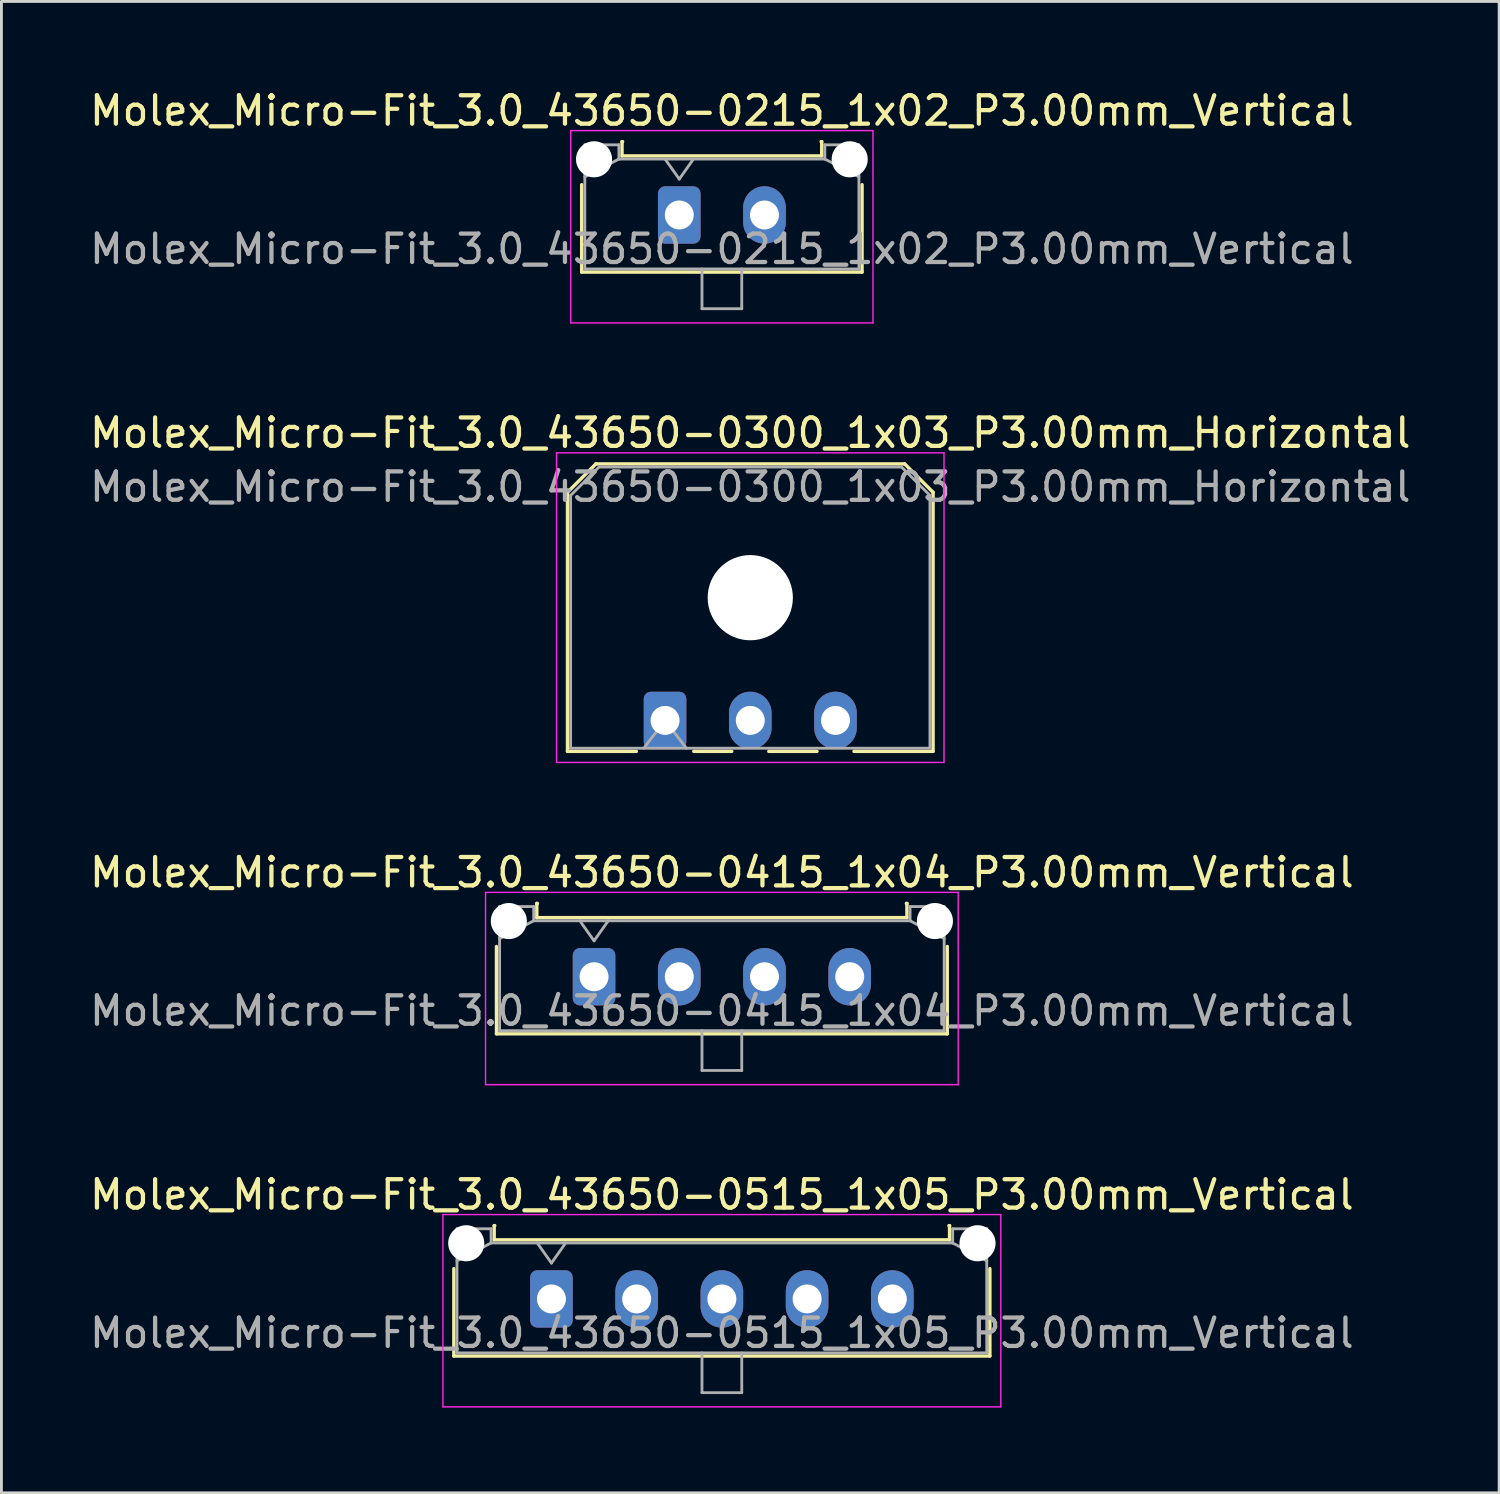
<source format=kicad_pcb>
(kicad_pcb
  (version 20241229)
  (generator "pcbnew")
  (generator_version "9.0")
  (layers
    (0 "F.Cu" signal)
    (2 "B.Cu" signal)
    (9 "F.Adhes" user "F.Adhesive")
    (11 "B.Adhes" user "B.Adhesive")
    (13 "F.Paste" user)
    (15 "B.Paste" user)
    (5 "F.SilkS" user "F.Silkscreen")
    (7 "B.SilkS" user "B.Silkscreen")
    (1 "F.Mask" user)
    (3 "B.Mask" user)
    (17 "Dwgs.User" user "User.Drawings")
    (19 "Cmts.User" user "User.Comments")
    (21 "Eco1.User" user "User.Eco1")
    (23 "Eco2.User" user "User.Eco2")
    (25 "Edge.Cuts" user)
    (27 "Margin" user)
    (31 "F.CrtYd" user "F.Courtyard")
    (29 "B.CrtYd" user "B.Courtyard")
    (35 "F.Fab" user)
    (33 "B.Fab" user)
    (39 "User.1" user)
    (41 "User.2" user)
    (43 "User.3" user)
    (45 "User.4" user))
  (footprint "Molex_Micro-Fit_3.0_43650-0415_1x04_P3.00mm_Vertical"
    (layer "F.Cu")
    (at 17.863 31.335)
    (property "Reference" "Molex_Micro-Fit_3.0_43650-0415_1x04_P3.00mm_Vertical" (at 4.5 -3.67 0) (layer "F.SilkS") (effects (font (size 1 1) (thickness 0.15))))
    (attr through_hole)
    (fp_line (start -3.435 -1.065) (end -3.435 2.01) (stroke (width 0.12) (type solid)) (layer "F.SilkS"))
    (fp_line (start -3.435 2.01) (end 12.435 2.01) (stroke (width 0.12) (type solid)) (layer "F.SilkS"))
    (fp_line (start -2.015 -2.58) (end -2.015 -2.08) (stroke (width 0.12) (type solid)) (layer "F.SilkS"))
    (fp_line (start -2.015 -2.08) (end 11.015 -2.08) (stroke (width 0.12) (type solid)) (layer "F.SilkS"))
    (fp_line (start -1.995 -2.58) (end -2.015 -2.58) (stroke (width 0.12) (type solid)) (layer "F.SilkS"))
    (fp_line (start 11.015 -2.58) (end 10.995 -2.58) (stroke (width 0.12) (type solid)) (layer "F.SilkS"))
    (fp_line (start 11.015 -2.08) (end 11.015 -2.58) (stroke (width 0.12) (type solid)) (layer "F.SilkS"))
    (fp_line (start 12.435 2.01) (end 12.435 -1.065) (stroke (width 0.12) (type solid)) (layer "F.SilkS"))
    (fp_line (start -3.82 -2.97) (end 12.82 -2.97) (stroke (width 0.05) (type solid)) (layer "F.CrtYd"))
    (fp_line (start -3.82 3.8) (end -3.82 -2.97) (stroke (width 0.05) (type solid)) (layer "F.CrtYd"))
    (fp_line (start 12.82 -2.97) (end 12.82 3.8) (stroke (width 0.05) (type solid)) (layer "F.CrtYd"))
    (fp_line (start 12.82 3.8) (end -3.82 3.8) (stroke (width 0.05) (type solid)) (layer "F.CrtYd"))
    (fp_line (start -3.325 -2.47) (end -3.325 1.9) (stroke (width 0.1) (type solid)) (layer "F.Fab"))
    (fp_line (start -3.325 -1.34) (end -2.125 -1.97) (stroke (width 0.1) (type solid)) (layer "F.Fab"))
    (fp_line (start -3.325 1.9) (end 12.325 1.9) (stroke (width 0.1) (type solid)) (layer "F.Fab"))
    (fp_line (start -2.125 -2.47) (end -3.325 -2.47) (stroke (width 0.1) (type solid)) (layer "F.Fab"))
    (fp_line (start -2.125 -1.97) (end -2.125 -2.47) (stroke (width 0.1) (type solid)) (layer "F.Fab"))
    (fp_line (start -0.5 -1.97) (end 0 -1.263) (stroke (width 0.1) (type solid)) (layer "F.Fab"))
    (fp_line (start 0 -1.263) (end 0.5 -1.97) (stroke (width 0.1) (type solid)) (layer "F.Fab"))
    (fp_line (start 3.8 1.9) (end 3.8 3.3) (stroke (width 0.1) (type solid)) (layer "F.Fab"))
    (fp_line (start 3.8 3.3) (end 5.2 3.3) (stroke (width 0.1) (type solid)) (layer "F.Fab"))
    (fp_line (start 5.2 3.3) (end 5.2 1.9) (stroke (width 0.1) (type solid)) (layer "F.Fab"))
    (fp_line (start 11.125 -2.47) (end 11.125 -1.97) (stroke (width 0.1) (type solid)) (layer "F.Fab"))
    (fp_line (start 11.125 -1.97) (end -2.125 -1.97) (stroke (width 0.1) (type solid)) (layer "F.Fab"))
    (fp_line (start 12.325 -2.47) (end 11.125 -2.47) (stroke (width 0.1) (type solid)) (layer "F.Fab"))
    (fp_line (start 12.325 -1.34) (end 11.125 -1.97) (stroke (width 0.1) (type solid)) (layer "F.Fab"))
    (fp_line (start 12.325 1.9) (end 12.325 -2.47) (stroke (width 0.1) (type solid)) (layer "F.Fab"))
    (fp_text user "${REFERENCE}" (at 4.5 1.2 0) (layer "F.Fab") (effects (font (size 1 1) (thickness 0.15))))
    (pad "" np_thru_hole circle (at -3 -1.96) (size 1.27 1.27) (drill 1.27) (layers "*.Cu" "*.Mask"))
    (pad "" np_thru_hole circle (at 12 -1.96) (size 1.27 1.27) (drill 1.27) (layers "*.Cu" "*.Mask"))
    (pad "1" thru_hole roundrect (at 0 0) (size 1.5 2.02) (drill 1.02) (layers "*.Cu" "*.Mask") (roundrect_rratio 0.167))
    (pad "2" thru_hole oval (at 3 0) (size 1.5 2.02) (drill 1.02) (layers "*.Cu" "*.Mask"))
    (pad "3" thru_hole oval (at 6 0) (size 1.5 2.02) (drill 1.02) (layers "*.Cu" "*.Mask"))
    (pad "4" thru_hole oval (at 9 0) (size 1.5 2.02) (drill 1.02) (layers "*.Cu" "*.Mask")))
  (footprint "Molex_Micro-Fit_3.0_43650-0515_1x05_P3.00mm_Vertical"
    (layer "F.Cu")
    (at 16.363 42.678)
    (property "Reference" "Molex_Micro-Fit_3.0_43650-0515_1x05_P3.00mm_Vertical" (at 6 -3.67 0) (layer "F.SilkS") (effects (font (size 1 1) (thickness 0.15))))
    (attr through_hole)
    (fp_line (start -3.435 -1.065) (end -3.435 2.01) (stroke (width 0.12) (type solid)) (layer "F.SilkS"))
    (fp_line (start -3.435 2.01) (end 15.435 2.01) (stroke (width 0.12) (type solid)) (layer "F.SilkS"))
    (fp_line (start -2.015 -2.58) (end -2.015 -2.08) (stroke (width 0.12) (type solid)) (layer "F.SilkS"))
    (fp_line (start -2.015 -2.08) (end 14.015 -2.08) (stroke (width 0.12) (type solid)) (layer "F.SilkS"))
    (fp_line (start -1.995 -2.58) (end -2.015 -2.58) (stroke (width 0.12) (type solid)) (layer "F.SilkS"))
    (fp_line (start 14.015 -2.58) (end 13.995 -2.58) (stroke (width 0.12) (type solid)) (layer "F.SilkS"))
    (fp_line (start 14.015 -2.08) (end 14.015 -2.58) (stroke (width 0.12) (type solid)) (layer "F.SilkS"))
    (fp_line (start 15.435 2.01) (end 15.435 -1.065) (stroke (width 0.12) (type solid)) (layer "F.SilkS"))
    (fp_line (start -3.82 -2.97) (end 15.82 -2.97) (stroke (width 0.05) (type solid)) (layer "F.CrtYd"))
    (fp_line (start -3.82 3.8) (end -3.82 -2.97) (stroke (width 0.05) (type solid)) (layer "F.CrtYd"))
    (fp_line (start 15.82 -2.97) (end 15.82 3.8) (stroke (width 0.05) (type solid)) (layer "F.CrtYd"))
    (fp_line (start 15.82 3.8) (end -3.82 3.8) (stroke (width 0.05) (type solid)) (layer "F.CrtYd"))
    (fp_line (start -3.325 -2.47) (end -3.325 1.9) (stroke (width 0.1) (type solid)) (layer "F.Fab"))
    (fp_line (start -3.325 -1.34) (end -2.125 -1.97) (stroke (width 0.1) (type solid)) (layer "F.Fab"))
    (fp_line (start -3.325 1.9) (end 15.325 1.9) (stroke (width 0.1) (type solid)) (layer "F.Fab"))
    (fp_line (start -2.125 -2.47) (end -3.325 -2.47) (stroke (width 0.1) (type solid)) (layer "F.Fab"))
    (fp_line (start -2.125 -1.97) (end -2.125 -2.47) (stroke (width 0.1) (type solid)) (layer "F.Fab"))
    (fp_line (start -0.5 -1.97) (end 0 -1.263) (stroke (width 0.1) (type solid)) (layer "F.Fab"))
    (fp_line (start 0 -1.263) (end 0.5 -1.97) (stroke (width 0.1) (type solid)) (layer "F.Fab"))
    (fp_line (start 5.3 1.9) (end 5.3 3.3) (stroke (width 0.1) (type solid)) (layer "F.Fab"))
    (fp_line (start 5.3 3.3) (end 6.7 3.3) (stroke (width 0.1) (type solid)) (layer "F.Fab"))
    (fp_line (start 6.7 3.3) (end 6.7 1.9) (stroke (width 0.1) (type solid)) (layer "F.Fab"))
    (fp_line (start 14.125 -2.47) (end 14.125 -1.97) (stroke (width 0.1) (type solid)) (layer "F.Fab"))
    (fp_line (start 14.125 -1.97) (end -2.125 -1.97) (stroke (width 0.1) (type solid)) (layer "F.Fab"))
    (fp_line (start 15.325 -2.47) (end 14.125 -2.47) (stroke (width 0.1) (type solid)) (layer "F.Fab"))
    (fp_line (start 15.325 -1.34) (end 14.125 -1.97) (stroke (width 0.1) (type solid)) (layer "F.Fab"))
    (fp_line (start 15.325 1.9) (end 15.325 -2.47) (stroke (width 0.1) (type solid)) (layer "F.Fab"))
    (fp_text user "${REFERENCE}" (at 6 1.2 0) (layer "F.Fab") (effects (font (size 1 1) (thickness 0.15))))
    (pad "" np_thru_hole circle (at -3 -1.96) (size 1.27 1.27) (drill 1.27) (layers "*.Cu" "*.Mask"))
    (pad "" np_thru_hole circle (at 15 -1.96) (size 1.27 1.27) (drill 1.27) (layers "*.Cu" "*.Mask"))
    (pad "1" thru_hole roundrect (at 0 0) (size 1.5 2.02) (drill 1.02) (layers "*.Cu" "*.Mask") (roundrect_rratio 0.167))
    (pad "2" thru_hole oval (at 3 0) (size 1.5 2.02) (drill 1.02) (layers "*.Cu" "*.Mask"))
    (pad "3" thru_hole oval (at 6 0) (size 1.5 2.02) (drill 1.02) (layers "*.Cu" "*.Mask"))
    (pad "4" thru_hole oval (at 9 0) (size 1.5 2.02) (drill 1.02) (layers "*.Cu" "*.Mask"))
    (pad "5" thru_hole oval (at 12 0) (size 1.5 2.02) (drill 1.02) (layers "*.Cu" "*.Mask")))
  (footprint "Molex_Micro-Fit_3.0_43650-0215_1x02_P3.00mm_Vertical"
    (layer "F.Cu")
    (at 20.863 4.518)
    (property "Reference" "Molex_Micro-Fit_3.0_43650-0215_1x02_P3.00mm_Vertical" (at 1.5 -3.67 0) (layer "F.SilkS") (effects (font (size 1 1) (thickness 0.15))))
    (attr through_hole)
    (fp_line (start -3.435 -1.065) (end -3.435 2.01) (stroke (width 0.12) (type solid)) (layer "F.SilkS"))
    (fp_line (start -3.435 2.01) (end 6.435 2.01) (stroke (width 0.12) (type solid)) (layer "F.SilkS"))
    (fp_line (start -2.015 -2.58) (end -2.015 -2.08) (stroke (width 0.12) (type solid)) (layer "F.SilkS"))
    (fp_line (start -2.015 -2.08) (end 5.015 -2.08) (stroke (width 0.12) (type solid)) (layer "F.SilkS"))
    (fp_line (start -1.995 -2.58) (end -2.015 -2.58) (stroke (width 0.12) (type solid)) (layer "F.SilkS"))
    (fp_line (start 5.015 -2.58) (end 4.995 -2.58) (stroke (width 0.12) (type solid)) (layer "F.SilkS"))
    (fp_line (start 5.015 -2.08) (end 5.015 -2.58) (stroke (width 0.12) (type solid)) (layer "F.SilkS"))
    (fp_line (start 6.435 2.01) (end 6.435 -1.065) (stroke (width 0.12) (type solid)) (layer "F.SilkS"))
    (fp_line (start -3.82 -2.97) (end 6.82 -2.97) (stroke (width 0.05) (type solid)) (layer "F.CrtYd"))
    (fp_line (start -3.82 3.8) (end -3.82 -2.97) (stroke (width 0.05) (type solid)) (layer "F.CrtYd"))
    (fp_line (start 6.82 -2.97) (end 6.82 3.8) (stroke (width 0.05) (type solid)) (layer "F.CrtYd"))
    (fp_line (start 6.82 3.8) (end -3.82 3.8) (stroke (width 0.05) (type solid)) (layer "F.CrtYd"))
    (fp_line (start -3.325 -2.47) (end -3.325 1.9) (stroke (width 0.1) (type solid)) (layer "F.Fab"))
    (fp_line (start -3.325 -1.34) (end -2.125 -1.97) (stroke (width 0.1) (type solid)) (layer "F.Fab"))
    (fp_line (start -3.325 1.9) (end 6.325 1.9) (stroke (width 0.1) (type solid)) (layer "F.Fab"))
    (fp_line (start -2.125 -2.47) (end -3.325 -2.47) (stroke (width 0.1) (type solid)) (layer "F.Fab"))
    (fp_line (start -2.125 -1.97) (end -2.125 -2.47) (stroke (width 0.1) (type solid)) (layer "F.Fab"))
    (fp_line (start -0.5 -1.97) (end 0 -1.263) (stroke (width 0.1) (type solid)) (layer "F.Fab"))
    (fp_line (start 0 -1.263) (end 0.5 -1.97) (stroke (width 0.1) (type solid)) (layer "F.Fab"))
    (fp_line (start 0.8 1.9) (end 0.8 3.3) (stroke (width 0.1) (type solid)) (layer "F.Fab"))
    (fp_line (start 0.8 3.3) (end 2.2 3.3) (stroke (width 0.1) (type solid)) (layer "F.Fab"))
    (fp_line (start 2.2 3.3) (end 2.2 1.9) (stroke (width 0.1) (type solid)) (layer "F.Fab"))
    (fp_line (start 5.125 -2.47) (end 5.125 -1.97) (stroke (width 0.1) (type solid)) (layer "F.Fab"))
    (fp_line (start 5.125 -1.97) (end -2.125 -1.97) (stroke (width 0.1) (type solid)) (layer "F.Fab"))
    (fp_line (start 6.325 -2.47) (end 5.125 -2.47) (stroke (width 0.1) (type solid)) (layer "F.Fab"))
    (fp_line (start 6.325 -1.34) (end 5.125 -1.97) (stroke (width 0.1) (type solid)) (layer "F.Fab"))
    (fp_line (start 6.325 1.9) (end 6.325 -2.47) (stroke (width 0.1) (type solid)) (layer "F.Fab"))
    (fp_text user "${REFERENCE}" (at 1.5 1.2 0) (layer "F.Fab") (effects (font (size 1 1) (thickness 0.15))))
    (pad "" np_thru_hole circle (at -3 -1.96) (size 1.27 1.27) (drill 1.27) (layers "*.Cu" "*.Mask"))
    (pad "" np_thru_hole circle (at 6 -1.96) (size 1.27 1.27) (drill 1.27) (layers "*.Cu" "*.Mask"))
    (pad "1" thru_hole roundrect (at 0 0) (size 1.5 2.02) (drill 1.02) (layers "*.Cu" "*.Mask") (roundrect_rratio 0.167))
    (pad "2" thru_hole oval (at 3 0) (size 1.5 2.02) (drill 1.02) (layers "*.Cu" "*.Mask")))
  (footprint "Molex_Micro-Fit_3.0_43650-0300_1x03_P3.00mm_Horizontal"
    (layer "F.Cu")
    (at 20.363 22.311)
    (property "Reference" "Molex_Micro-Fit_3.0_43650-0300_1x03_P3.00mm_Horizontal" (at 3 -10.12 0) (layer "F.SilkS") (effects (font (size 1 1) (thickness 0.15))))
    (attr through_hole)
    (fp_line (start -3.435 -8.03) (end -2.435 -9.03) (stroke (width 0.12) (type solid)) (layer "F.SilkS"))
    (fp_line (start -3.435 1.09) (end -3.435 -8.03) (stroke (width 0.12) (type solid)) (layer "F.SilkS"))
    (fp_line (start -3.435 1.09) (end -1.01 1.09) (stroke (width 0.12) (type solid)) (layer "F.SilkS"))
    (fp_line (start -2.435 -9.03) (end 8.435 -9.03) (stroke (width 0.12) (type solid)) (layer "F.SilkS"))
    (fp_line (start 1.01 1.09) (end 2.348 1.09) (stroke (width 0.12) (type solid)) (layer "F.SilkS"))
    (fp_line (start 3.652 1.09) (end 5.348 1.09) (stroke (width 0.12) (type solid)) (layer "F.SilkS"))
    (fp_line (start 8.435 -9.03) (end 9.435 -8.03) (stroke (width 0.12) (type solid)) (layer "F.SilkS"))
    (fp_line (start 9.435 -8.03) (end 9.435 1.09) (stroke (width 0.12) (type solid)) (layer "F.SilkS"))
    (fp_line (start 9.435 1.09) (end 6.652 1.09) (stroke (width 0.12) (type solid)) (layer "F.SilkS"))
    (fp_line (start -3.82 -9.42) (end 9.82 -9.42) (stroke (width 0.05) (type solid)) (layer "F.CrtYd"))
    (fp_line (start -3.82 1.48) (end -3.82 -9.42) (stroke (width 0.05) (type solid)) (layer "F.CrtYd"))
    (fp_line (start 9.82 -9.42) (end 9.82 1.48) (stroke (width 0.05) (type solid)) (layer "F.CrtYd"))
    (fp_line (start 9.82 1.48) (end -3.82 1.48) (stroke (width 0.05) (type solid)) (layer "F.CrtYd"))
    (fp_line (start -3.325 -7.92) (end -2.325 -8.92) (stroke (width 0.1) (type solid)) (layer "F.Fab"))
    (fp_line (start -3.325 0.98) (end -3.325 -7.92) (stroke (width 0.1) (type solid)) (layer "F.Fab"))
    (fp_line (start -2.325 -8.92) (end 8.325 -8.92) (stroke (width 0.1) (type solid)) (layer "F.Fab"))
    (fp_line (start -0.75 0.98) (end 0 0) (stroke (width 0.1) (type solid)) (layer "F.Fab"))
    (fp_line (start 0 0) (end 0.75 0.98) (stroke (width 0.1) (type solid)) (layer "F.Fab"))
    (fp_line (start 8.325 -8.92) (end 9.325 -7.92) (stroke (width 0.1) (type solid)) (layer "F.Fab"))
    (fp_line (start 9.325 -7.92) (end 9.325 0.98) (stroke (width 0.1) (type solid)) (layer "F.Fab"))
    (fp_line (start 9.325 0.98) (end -3.325 0.98) (stroke (width 0.1) (type solid)) (layer "F.Fab"))
    (fp_text user "${REFERENCE}" (at 3 -8.22 0) (layer "F.Fab") (effects (font (size 1 1) (thickness 0.15))))
    (pad "" np_thru_hole circle (at 3 -4.32) (size 3 3) (drill 3) (layers "*.Cu" "*.Mask"))
    (pad "1" thru_hole roundrect (at 0 0) (size 1.5 2.02) (drill 1.02) (layers "*.Cu" "*.Mask") (roundrect_rratio 0.167))
    (pad "2" thru_hole oval (at 3 0) (size 1.5 2.02) (drill 1.02) (layers "*.Cu" "*.Mask"))
    (pad "3" thru_hole oval (at 6 0) (size 1.5 2.02) (drill 1.02) (layers "*.Cu" "*.Mask")))
  (gr_rect
    (start -3 -3)
    (end 49.726 49.503)
    (stroke (width 0.1) (type default))
    (fill no)
    (layer "Edge.Cuts")))
</source>
